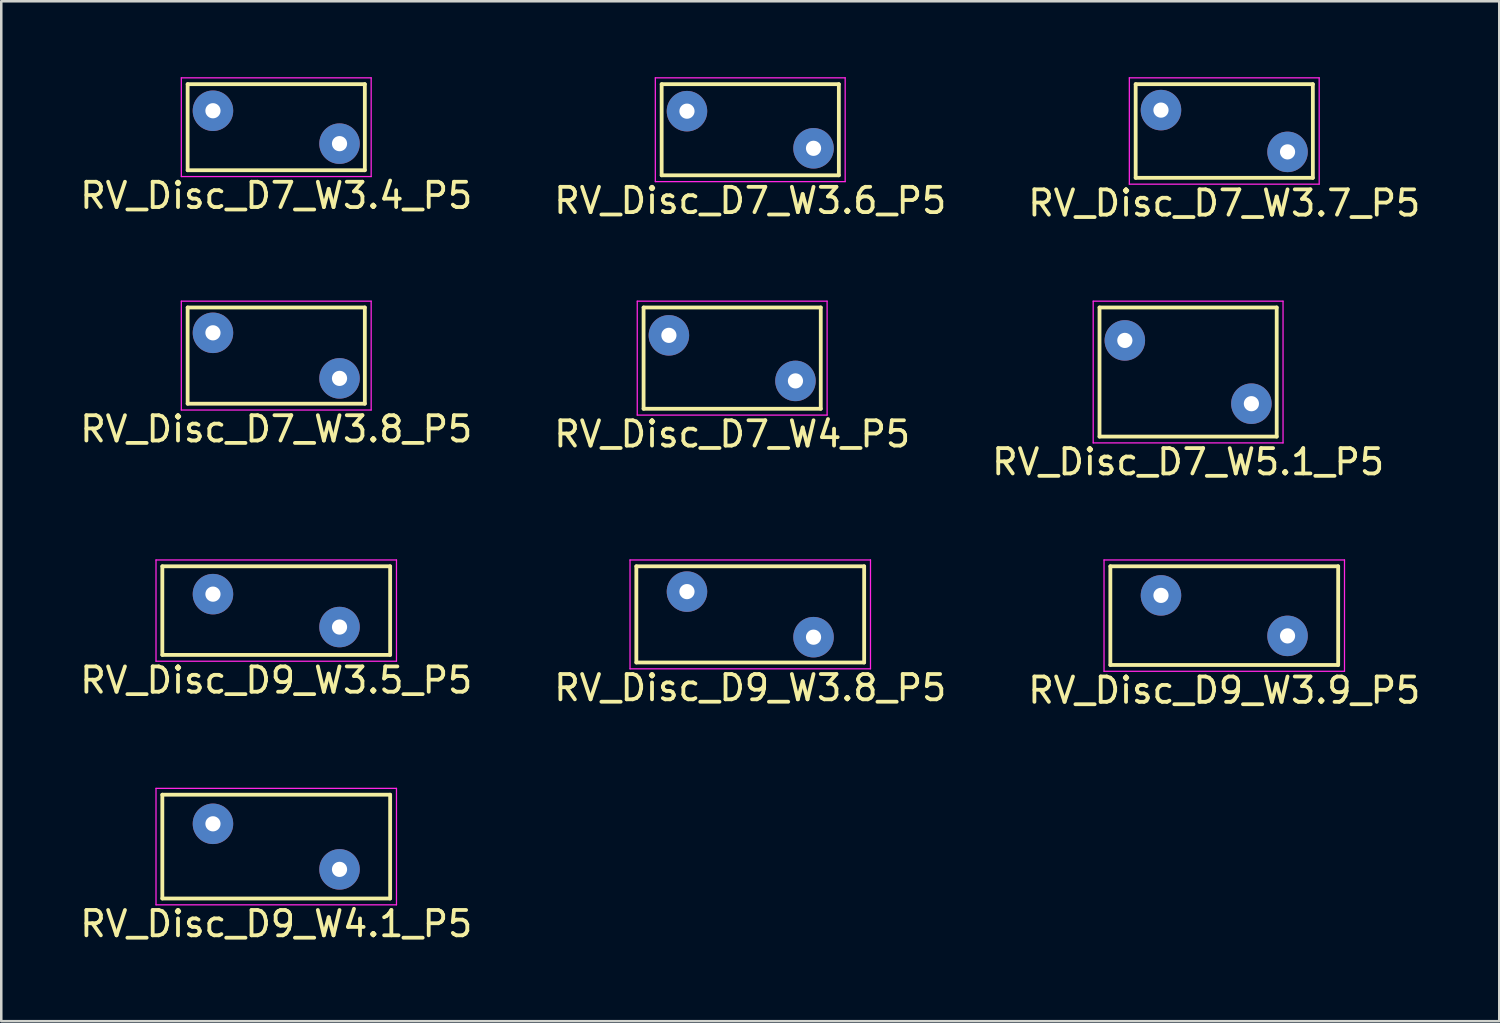
<source format=kicad_pcb>
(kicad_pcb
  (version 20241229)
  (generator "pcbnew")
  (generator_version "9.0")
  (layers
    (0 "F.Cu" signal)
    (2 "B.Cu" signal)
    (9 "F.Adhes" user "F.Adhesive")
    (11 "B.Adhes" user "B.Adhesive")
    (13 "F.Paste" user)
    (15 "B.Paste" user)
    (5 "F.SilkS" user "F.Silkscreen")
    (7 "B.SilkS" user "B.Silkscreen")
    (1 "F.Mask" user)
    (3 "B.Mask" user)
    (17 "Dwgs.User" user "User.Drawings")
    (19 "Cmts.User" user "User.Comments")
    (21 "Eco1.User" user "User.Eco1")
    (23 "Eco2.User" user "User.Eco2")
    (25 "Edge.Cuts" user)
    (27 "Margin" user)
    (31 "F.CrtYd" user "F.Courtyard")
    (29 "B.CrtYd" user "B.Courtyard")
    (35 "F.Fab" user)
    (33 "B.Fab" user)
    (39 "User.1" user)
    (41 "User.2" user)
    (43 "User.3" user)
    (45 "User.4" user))
  (footprint "RV_Disc_D7_W3.7_P5"
    (layer "F.Cu")
    (at 42.815 1.3)
    (property "Reference" "RV_Disc_D7_W3.7_P5" (at 2.5 3.675 0) (layer "F.SilkS") (effects (font (size 1 1) (thickness 0.15))))
    (attr through_hole)
    (fp_line (start -1 -1.025) (end -1 2.675) (stroke (width 0.15) (type solid)) (layer "F.SilkS"))
    (fp_line (start -1 -1.025) (end 6 -1.025) (stroke (width 0.15) (type solid)) (layer "F.SilkS"))
    (fp_line (start -1 2.675) (end 6 2.675) (stroke (width 0.15) (type solid)) (layer "F.SilkS"))
    (fp_line (start 6 -1.025) (end 6 2.675) (stroke (width 0.15) (type solid)) (layer "F.SilkS"))
    (fp_line (start -1.25 -1.275) (end -1.25 2.925) (stroke (width 0.05) (type solid)) (layer "F.CrtYd"))
    (fp_line (start -1.25 -1.275) (end 6.25 -1.275) (stroke (width 0.05) (type solid)) (layer "F.CrtYd"))
    (fp_line (start -1.25 2.925) (end 6.25 2.925) (stroke (width 0.05) (type solid)) (layer "F.CrtYd"))
    (fp_line (start 6.25 -1.275) (end 6.25 2.925) (stroke (width 0.05) (type solid)) (layer "F.CrtYd"))
    (pad "1" thru_hole circle (at 0 0) (size 1.6 1.6) (drill 0.6) (layers "*.Cu" "*.Mask"))
    (pad "2" thru_hole circle (at 5 1.65) (size 1.6 1.6) (drill 0.6) (layers "*.Cu" "*.Mask")))
  (footprint "RV_Disc_D7_W3.6_P5"
    (layer "F.Cu")
    (at 24.089 1.342)
    (property "Reference" "RV_Disc_D7_W3.6_P5" (at 2.5 3.533 0) (layer "F.SilkS") (effects (font (size 1 1) (thickness 0.15))))
    (attr through_hole)
    (fp_line (start -1 -1.067) (end -1 2.533) (stroke (width 0.15) (type solid)) (layer "F.SilkS"))
    (fp_line (start -1 -1.067) (end 6 -1.067) (stroke (width 0.15) (type solid)) (layer "F.SilkS"))
    (fp_line (start -1 2.533) (end 6 2.533) (stroke (width 0.15) (type solid)) (layer "F.SilkS"))
    (fp_line (start 6 -1.067) (end 6 2.533) (stroke (width 0.15) (type solid)) (layer "F.SilkS"))
    (fp_line (start -1.25 -1.317) (end -1.25 2.783) (stroke (width 0.05) (type solid)) (layer "F.CrtYd"))
    (fp_line (start -1.25 -1.317) (end 6.25 -1.317) (stroke (width 0.05) (type solid)) (layer "F.CrtYd"))
    (fp_line (start -1.25 2.783) (end 6.25 2.783) (stroke (width 0.05) (type solid)) (layer "F.CrtYd"))
    (fp_line (start 6.25 -1.317) (end 6.25 2.783) (stroke (width 0.05) (type solid)) (layer "F.CrtYd"))
    (pad "1" thru_hole circle (at 0 0) (size 1.6 1.6) (drill 0.6) (layers "*.Cu" "*.Mask"))
    (pad "2" thru_hole circle (at 5 1.467) (size 1.6 1.6) (drill 0.6) (layers "*.Cu" "*.Mask")))
  (footprint "RV_Disc_D9_W3.9_P5"
    (layer "F.Cu")
    (at 42.815 20.471)
    (property "Reference" "RV_Disc_D9_W3.9_P5" (at 2.5 3.75 0) (layer "F.SilkS") (effects (font (size 1 1) (thickness 0.15))))
    (attr through_hole)
    (fp_line (start -2 -1.15) (end -2 2.75) (stroke (width 0.15) (type solid)) (layer "F.SilkS"))
    (fp_line (start -2 -1.15) (end 7 -1.15) (stroke (width 0.15) (type solid)) (layer "F.SilkS"))
    (fp_line (start -2 2.75) (end 7 2.75) (stroke (width 0.15) (type solid)) (layer "F.SilkS"))
    (fp_line (start 7 -1.15) (end 7 2.75) (stroke (width 0.15) (type solid)) (layer "F.SilkS"))
    (fp_line (start -2.25 -1.4) (end -2.25 3) (stroke (width 0.05) (type solid)) (layer "F.CrtYd"))
    (fp_line (start -2.25 -1.4) (end 7.25 -1.4) (stroke (width 0.05) (type solid)) (layer "F.CrtYd"))
    (fp_line (start -2.25 3) (end 7.25 3) (stroke (width 0.05) (type solid)) (layer "F.CrtYd"))
    (fp_line (start 7.25 -1.4) (end 7.25 3) (stroke (width 0.05) (type solid)) (layer "F.CrtYd"))
    (pad "1" thru_hole circle (at 0 0) (size 1.6 1.6) (drill 0.6) (layers "*.Cu" "*.Mask"))
    (pad "2" thru_hole circle (at 5 1.6) (size 1.6 1.6) (drill 0.6) (layers "*.Cu" "*.Mask")))
  (footprint "RV_Disc_D7_W4_P5"
    (layer "F.Cu")
    (at 23.375 10.198)
    (property "Reference" "RV_Disc_D7_W4_P5" (at 2.5 3.9 0) (layer "F.SilkS") (effects (font (size 1 1) (thickness 0.15))))
    (attr through_hole)
    (fp_line (start -1 -1.1) (end -1 2.9) (stroke (width 0.15) (type solid)) (layer "F.SilkS"))
    (fp_line (start -1 -1.1) (end 6 -1.1) (stroke (width 0.15) (type solid)) (layer "F.SilkS"))
    (fp_line (start -1 2.9) (end 6 2.9) (stroke (width 0.15) (type solid)) (layer "F.SilkS"))
    (fp_line (start 6 -1.1) (end 6 2.9) (stroke (width 0.15) (type solid)) (layer "F.SilkS"))
    (fp_line (start -1.25 -1.35) (end -1.25 3.15) (stroke (width 0.05) (type solid)) (layer "F.CrtYd"))
    (fp_line (start -1.25 -1.35) (end 6.25 -1.35) (stroke (width 0.05) (type solid)) (layer "F.CrtYd"))
    (fp_line (start -1.25 3.15) (end 6.25 3.15) (stroke (width 0.05) (type solid)) (layer "F.CrtYd"))
    (fp_line (start 6.25 -1.35) (end 6.25 3.15) (stroke (width 0.05) (type solid)) (layer "F.CrtYd"))
    (pad "1" thru_hole circle (at 0 0) (size 1.6 1.6) (drill 0.6) (layers "*.Cu" "*.Mask"))
    (pad "2" thru_hole circle (at 5 1.8) (size 1.6 1.6) (drill 0.6) (layers "*.Cu" "*.Mask")))
  (footprint "RV_Disc_D9_W3.8_P5"
    (layer "F.Cu")
    (at 24.089 20.322)
    (property "Reference" "RV_Disc_D9_W3.8_P5" (at 2.5 3.8 0) (layer "F.SilkS") (effects (font (size 1 1) (thickness 0.15))))
    (attr through_hole)
    (fp_line (start -2 -1) (end -2 2.8) (stroke (width 0.15) (type solid)) (layer "F.SilkS"))
    (fp_line (start -2 -1) (end 7 -1) (stroke (width 0.15) (type solid)) (layer "F.SilkS"))
    (fp_line (start -2 2.8) (end 7 2.8) (stroke (width 0.15) (type solid)) (layer "F.SilkS"))
    (fp_line (start 7 -1) (end 7 2.8) (stroke (width 0.15) (type solid)) (layer "F.SilkS"))
    (fp_line (start -2.25 -1.25) (end -2.25 3.05) (stroke (width 0.05) (type solid)) (layer "F.CrtYd"))
    (fp_line (start -2.25 -1.25) (end 7.25 -1.25) (stroke (width 0.05) (type solid)) (layer "F.CrtYd"))
    (fp_line (start -2.25 3.05) (end 7.25 3.05) (stroke (width 0.05) (type solid)) (layer "F.CrtYd"))
    (fp_line (start 7.25 -1.25) (end 7.25 3.05) (stroke (width 0.05) (type solid)) (layer "F.CrtYd"))
    (pad "1" thru_hole circle (at 0 0) (size 1.6 1.6) (drill 0.6) (layers "*.Cu" "*.Mask"))
    (pad "2" thru_hole circle (at 5 1.8) (size 1.6 1.6) (drill 0.6) (layers "*.Cu" "*.Mask")))
  (footprint "RV_Disc_D7_W5.1_P5"
    (layer "F.Cu")
    (at 41.387 10.398)
    (property "Reference" "RV_Disc_D7_W5.1_P5" (at 2.5 4.8 0) (layer "F.SilkS") (effects (font (size 1 1) (thickness 0.15))))
    (attr through_hole)
    (fp_line (start -1 -1.3) (end -1 3.8) (stroke (width 0.15) (type solid)) (layer "F.SilkS"))
    (fp_line (start -1 -1.3) (end 6 -1.3) (stroke (width 0.15) (type solid)) (layer "F.SilkS"))
    (fp_line (start -1 3.8) (end 6 3.8) (stroke (width 0.15) (type solid)) (layer "F.SilkS"))
    (fp_line (start 6 -1.3) (end 6 3.8) (stroke (width 0.15) (type solid)) (layer "F.SilkS"))
    (fp_line (start -1.25 -1.55) (end -1.25 4.05) (stroke (width 0.05) (type solid)) (layer "F.CrtYd"))
    (fp_line (start -1.25 -1.55) (end 6.25 -1.55) (stroke (width 0.05) (type solid)) (layer "F.CrtYd"))
    (fp_line (start -1.25 4.05) (end 6.25 4.05) (stroke (width 0.05) (type solid)) (layer "F.CrtYd"))
    (fp_line (start 6.25 -1.55) (end 6.25 4.05) (stroke (width 0.05) (type solid)) (layer "F.CrtYd"))
    (pad "1" thru_hole circle (at 0 0) (size 1.6 1.6) (drill 0.6) (layers "*.Cu" "*.Mask"))
    (pad "2" thru_hole circle (at 5 2.5) (size 1.6 1.6) (drill 0.6) (layers "*.Cu" "*.Mask")))
  (footprint "RV_Disc_D7_W3.8_P5"
    (layer "F.Cu")
    (at 5.363 10.098)
    (property "Reference" "RV_Disc_D7_W3.8_P5" (at 2.5 3.8 0) (layer "F.SilkS") (effects (font (size 1 1) (thickness 0.15))))
    (attr through_hole)
    (fp_line (start -1 -1) (end -1 2.8) (stroke (width 0.15) (type solid)) (layer "F.SilkS"))
    (fp_line (start -1 -1) (end 6 -1) (stroke (width 0.15) (type solid)) (layer "F.SilkS"))
    (fp_line (start -1 2.8) (end 6 2.8) (stroke (width 0.15) (type solid)) (layer "F.SilkS"))
    (fp_line (start 6 -1) (end 6 2.8) (stroke (width 0.15) (type solid)) (layer "F.SilkS"))
    (fp_line (start -1.25 -1.25) (end -1.25 3.05) (stroke (width 0.05) (type solid)) (layer "F.CrtYd"))
    (fp_line (start -1.25 -1.25) (end 6.25 -1.25) (stroke (width 0.05) (type solid)) (layer "F.CrtYd"))
    (fp_line (start -1.25 3.05) (end 6.25 3.05) (stroke (width 0.05) (type solid)) (layer "F.CrtYd"))
    (fp_line (start 6.25 -1.25) (end 6.25 3.05) (stroke (width 0.05) (type solid)) (layer "F.CrtYd"))
    (pad "1" thru_hole circle (at 0 0) (size 1.6 1.6) (drill 0.6) (layers "*.Cu" "*.Mask"))
    (pad "2" thru_hole circle (at 5 1.8) (size 1.6 1.6) (drill 0.6) (layers "*.Cu" "*.Mask")))
  (footprint "RV_Disc_D7_W3.4_P5"
    (layer "F.Cu")
    (at 5.363 1.325)
    (property "Reference" "RV_Disc_D7_W3.4_P5" (at 2.5 3.35 0) (layer "F.SilkS") (effects (font (size 1 1) (thickness 0.15))))
    (attr through_hole)
    (fp_line (start -1 -1.05) (end -1 2.35) (stroke (width 0.15) (type solid)) (layer "F.SilkS"))
    (fp_line (start -1 -1.05) (end 6 -1.05) (stroke (width 0.15) (type solid)) (layer "F.SilkS"))
    (fp_line (start -1 2.35) (end 6 2.35) (stroke (width 0.15) (type solid)) (layer "F.SilkS"))
    (fp_line (start 6 -1.05) (end 6 2.35) (stroke (width 0.15) (type solid)) (layer "F.SilkS"))
    (fp_line (start -1.25 -1.3) (end -1.25 2.6) (stroke (width 0.05) (type solid)) (layer "F.CrtYd"))
    (fp_line (start -1.25 -1.3) (end 6.25 -1.3) (stroke (width 0.05) (type solid)) (layer "F.CrtYd"))
    (fp_line (start -1.25 2.6) (end 6.25 2.6) (stroke (width 0.05) (type solid)) (layer "F.CrtYd"))
    (fp_line (start 6.25 -1.3) (end 6.25 2.6) (stroke (width 0.05) (type solid)) (layer "F.CrtYd"))
    (pad "1" thru_hole circle (at 0 0) (size 1.6 1.6) (drill 0.6) (layers "*.Cu" "*.Mask"))
    (pad "2" thru_hole circle (at 5 1.3) (size 1.6 1.6) (drill 0.6) (layers "*.Cu" "*.Mask")))
  (footprint "RV_Disc_D9_W3.5_P5"
    (layer "F.Cu")
    (at 5.363 20.422)
    (property "Reference" "RV_Disc_D9_W3.5_P5" (at 2.5 3.4 0) (layer "F.SilkS") (effects (font (size 1 1) (thickness 0.15))))
    (attr through_hole)
    (fp_line (start -2 -1.1) (end -2 2.4) (stroke (width 0.15) (type solid)) (layer "F.SilkS"))
    (fp_line (start -2 -1.1) (end 7 -1.1) (stroke (width 0.15) (type solid)) (layer "F.SilkS"))
    (fp_line (start -2 2.4) (end 7 2.4) (stroke (width 0.15) (type solid)) (layer "F.SilkS"))
    (fp_line (start 7 -1.1) (end 7 2.4) (stroke (width 0.15) (type solid)) (layer "F.SilkS"))
    (fp_line (start -2.25 -1.35) (end -2.25 2.65) (stroke (width 0.05) (type solid)) (layer "F.CrtYd"))
    (fp_line (start -2.25 -1.35) (end 7.25 -1.35) (stroke (width 0.05) (type solid)) (layer "F.CrtYd"))
    (fp_line (start -2.25 2.65) (end 7.25 2.65) (stroke (width 0.05) (type solid)) (layer "F.CrtYd"))
    (fp_line (start 7.25 -1.35) (end 7.25 2.65) (stroke (width 0.05) (type solid)) (layer "F.CrtYd"))
    (pad "1" thru_hole circle (at 0 0) (size 1.6 1.6) (drill 0.6) (layers "*.Cu" "*.Mask"))
    (pad "2" thru_hole circle (at 5 1.3) (size 1.6 1.6) (drill 0.6) (layers "*.Cu" "*.Mask")))
  (footprint "RV_Disc_D9_W4.1_P5"
    (layer "F.Cu")
    (at 5.363 29.495)
    (property "Reference" "RV_Disc_D9_W4.1_P5" (at 2.5 3.95 0) (layer "F.SilkS") (effects (font (size 1 1) (thickness 0.15))))
    (attr through_hole)
    (fp_line (start -2 -1.15) (end -2 2.95) (stroke (width 0.15) (type solid)) (layer "F.SilkS"))
    (fp_line (start -2 -1.15) (end 7 -1.15) (stroke (width 0.15) (type solid)) (layer "F.SilkS"))
    (fp_line (start -2 2.95) (end 7 2.95) (stroke (width 0.15) (type solid)) (layer "F.SilkS"))
    (fp_line (start 7 -1.15) (end 7 2.95) (stroke (width 0.15) (type solid)) (layer "F.SilkS"))
    (fp_line (start -2.25 -1.4) (end -2.25 3.2) (stroke (width 0.05) (type solid)) (layer "F.CrtYd"))
    (fp_line (start -2.25 -1.4) (end 7.25 -1.4) (stroke (width 0.05) (type solid)) (layer "F.CrtYd"))
    (fp_line (start -2.25 3.2) (end 7.25 3.2) (stroke (width 0.05) (type solid)) (layer "F.CrtYd"))
    (fp_line (start 7.25 -1.4) (end 7.25 3.2) (stroke (width 0.05) (type solid)) (layer "F.CrtYd"))
    (pad "1" thru_hole circle (at 0 0) (size 1.6 1.6) (drill 0.6) (layers "*.Cu" "*.Mask"))
    (pad "2" thru_hole circle (at 5 1.8) (size 1.6 1.6) (drill 0.6) (layers "*.Cu" "*.Mask")))
  (gr_rect
    (start -3 -3)
    (end 56.179 37.293)
    (stroke (width 0.1) (type default))
    (fill no)
    (layer "Edge.Cuts")))
</source>
